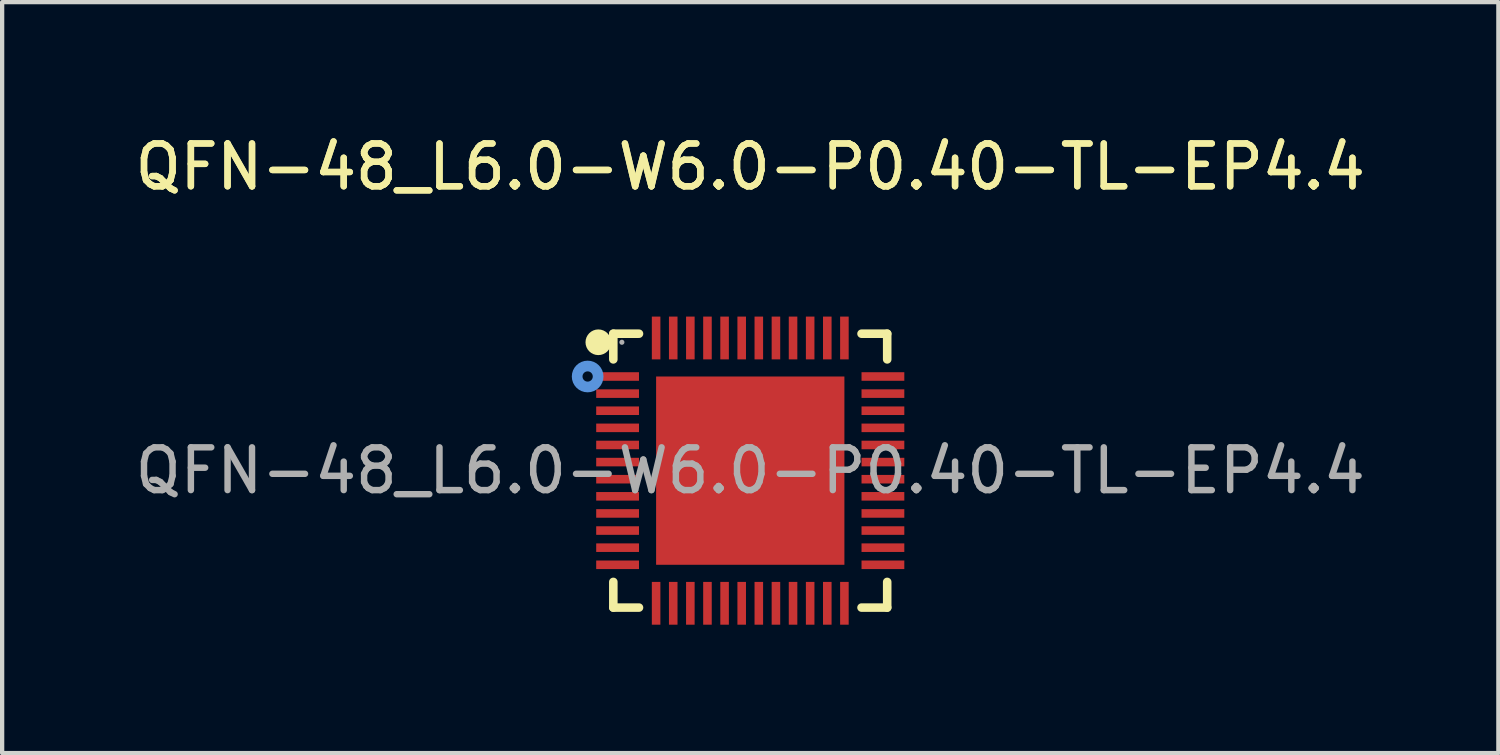
<source format=kicad_pcb>
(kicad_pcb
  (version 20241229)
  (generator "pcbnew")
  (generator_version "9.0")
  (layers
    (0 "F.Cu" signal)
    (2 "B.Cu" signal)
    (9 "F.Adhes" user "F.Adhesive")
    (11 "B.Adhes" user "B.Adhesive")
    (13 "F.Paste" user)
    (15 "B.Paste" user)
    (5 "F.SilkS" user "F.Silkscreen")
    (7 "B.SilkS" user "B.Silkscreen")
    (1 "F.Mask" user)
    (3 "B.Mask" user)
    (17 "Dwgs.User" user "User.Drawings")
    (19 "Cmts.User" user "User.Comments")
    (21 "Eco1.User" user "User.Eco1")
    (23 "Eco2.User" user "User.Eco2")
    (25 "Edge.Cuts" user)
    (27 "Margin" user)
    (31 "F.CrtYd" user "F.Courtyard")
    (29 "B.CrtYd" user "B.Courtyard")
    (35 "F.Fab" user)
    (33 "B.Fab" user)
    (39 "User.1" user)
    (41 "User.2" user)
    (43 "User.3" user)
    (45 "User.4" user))
  (footprint "QFN-48_L6.0-W6.0-P0.40-TL-EP4.4"
    (layer "F.Cu")
    (at 14.482 7.948)
    (property "Reference" "QFN-48_L6.0-W6.0-P0.40-TL-EP4.4" (at 0 -7.1 0) (layer "F.SilkS") (effects (font (size 1 1) (thickness 0.15))))
    (attr smd)
    (fp_line (start -3.2 -3.2) (end -2.6 -3.2) (stroke (width 0.2) (type solid)) (layer "F.SilkS"))
    (fp_line (start -3.2 -2.6) (end -3.2 -3.2) (stroke (width 0.2) (type solid)) (layer "F.SilkS"))
    (fp_line (start -3.2 3.2) (end -3.2 2.6) (stroke (width 0.2) (type solid)) (layer "F.SilkS"))
    (fp_line (start -2.6 3.2) (end -3.2 3.2) (stroke (width 0.2) (type solid)) (layer "F.SilkS"))
    (fp_line (start 2.6 -3.2) (end 3.2 -3.2) (stroke (width 0.2) (type solid)) (layer "F.SilkS"))
    (fp_line (start 2.6 3.2) (end 3.2 3.2) (stroke (width 0.2) (type solid)) (layer "F.SilkS"))
    (fp_line (start 3.2 -3.2) (end 3.2 -2.6) (stroke (width 0.2) (type solid)) (layer "F.SilkS"))
    (fp_line (start 3.2 3.2) (end 3.2 2.6) (stroke (width 0.2) (type solid)) (layer "F.SilkS"))
    (fp_arc (start -3.55 -3) (mid -3.55 -3) (end -3.55 -3) (stroke (width 0.3) (type solid)) (layer "F.SilkS"))
    (fp_circle (center -3.8 -2.2) (end -3.68 -2.2) (stroke (width 0.25) (type solid)) (fill no) (layer "Cmts.User"))
    (fp_circle (center -3 -3) (end -2.97 -3) (stroke (width 0.06) (type solid)) (fill no) (layer "F.Fab"))
    (fp_text user "${REFERENCE}" (at 0 -7.1 0) (layer "F.SilkS") (effects (font (size 1 1) (thickness 0.15))))
    (fp_text user "${REFERENCE}" (at 0 0 0) (layer "F.Fab") (effects (font (size 1 1) (thickness 0.15))))
    (pad "1" smd rect (at -3.1 -2.2) (size 1 0.2) (layers "F.Cu" "F.Mask" "F.Paste"))
    (pad "2" smd rect (at -3.1 -1.8) (size 1 0.2) (layers "F.Cu" "F.Mask" "F.Paste"))
    (pad "3" smd rect (at -3.1 -1.4) (size 1 0.2) (layers "F.Cu" "F.Mask" "F.Paste"))
    (pad "4" smd rect (at -3.1 -1) (size 1 0.2) (layers "F.Cu" "F.Mask" "F.Paste"))
    (pad "5" smd rect (at -3.1 -0.6) (size 1 0.2) (layers "F.Cu" "F.Mask" "F.Paste"))
    (pad "6" smd rect (at -3.1 -0.2) (size 1 0.2) (layers "F.Cu" "F.Mask" "F.Paste"))
    (pad "7" smd rect (at -3.1 0.2) (size 1 0.2) (layers "F.Cu" "F.Mask" "F.Paste"))
    (pad "8" smd rect (at -3.1 0.6) (size 1 0.2) (layers "F.Cu" "F.Mask" "F.Paste"))
    (pad "9" smd rect (at -3.1 1) (size 1 0.2) (layers "F.Cu" "F.Mask" "F.Paste"))
    (pad "10" smd rect (at -3.1 1.4) (size 1 0.2) (layers "F.Cu" "F.Mask" "F.Paste"))
    (pad "11" smd rect (at -3.1 1.8) (size 1 0.2) (layers "F.Cu" "F.Mask" "F.Paste"))
    (pad "12" smd rect (at -3.1 2.2) (size 1 0.2) (layers "F.Cu" "F.Mask" "F.Paste"))
    (pad "13" smd rect (at -2.2 3.1) (size 0.2 1) (layers "F.Cu" "F.Mask" "F.Paste"))
    (pad "14" smd rect (at -1.8 3.1) (size 0.2 1) (layers "F.Cu" "F.Mask" "F.Paste"))
    (pad "15" smd rect (at -1.4 3.1) (size 0.2 1) (layers "F.Cu" "F.Mask" "F.Paste"))
    (pad "16" smd rect (at -1 3.1) (size 0.2 1) (layers "F.Cu" "F.Mask" "F.Paste"))
    (pad "17" smd rect (at -0.6 3.1) (size 0.2 1) (layers "F.Cu" "F.Mask" "F.Paste"))
    (pad "18" smd rect (at -0.2 3.1) (size 0.2 1) (layers "F.Cu" "F.Mask" "F.Paste"))
    (pad "19" smd rect (at 0.2 3.1) (size 0.2 1) (layers "F.Cu" "F.Mask" "F.Paste"))
    (pad "20" smd rect (at 0.6 3.1) (size 0.2 1) (layers "F.Cu" "F.Mask" "F.Paste"))
    (pad "21" smd rect (at 1 3.1) (size 0.2 1) (layers "F.Cu" "F.Mask" "F.Paste"))
    (pad "22" smd rect (at 1.4 3.1) (size 0.2 1) (layers "F.Cu" "F.Mask" "F.Paste"))
    (pad "23" smd rect (at 1.8 3.1) (size 0.2 1) (layers "F.Cu" "F.Mask" "F.Paste"))
    (pad "24" smd rect (at 2.2 3.1) (size 0.2 1) (layers "F.Cu" "F.Mask" "F.Paste"))
    (pad "25" smd rect (at 3.1 2.2) (size 1 0.2) (layers "F.Cu" "F.Mask" "F.Paste"))
    (pad "26" smd rect (at 3.1 1.8) (size 1 0.2) (layers "F.Cu" "F.Mask" "F.Paste"))
    (pad "27" smd rect (at 3.1 1.4) (size 1 0.2) (layers "F.Cu" "F.Mask" "F.Paste"))
    (pad "28" smd rect (at 3.1 1) (size 1 0.2) (layers "F.Cu" "F.Mask" "F.Paste"))
    (pad "29" smd rect (at 3.1 0.6) (size 1 0.2) (layers "F.Cu" "F.Mask" "F.Paste"))
    (pad "30" smd rect (at 3.1 0.2) (size 1 0.2) (layers "F.Cu" "F.Mask" "F.Paste"))
    (pad "31" smd rect (at 3.1 -0.2) (size 1 0.2) (layers "F.Cu" "F.Mask" "F.Paste"))
    (pad "32" smd rect (at 3.1 -0.6) (size 1 0.2) (layers "F.Cu" "F.Mask" "F.Paste"))
    (pad "33" smd rect (at 3.1 -1) (size 1 0.2) (layers "F.Cu" "F.Mask" "F.Paste"))
    (pad "34" smd rect (at 3.1 -1.4) (size 1 0.2) (layers "F.Cu" "F.Mask" "F.Paste"))
    (pad "35" smd rect (at 3.1 -1.8) (size 1 0.2) (layers "F.Cu" "F.Mask" "F.Paste"))
    (pad "36" smd rect (at 3.1 -2.2) (size 1 0.2) (layers "F.Cu" "F.Mask" "F.Paste"))
    (pad "37" smd rect (at 2.2 -3.1) (size 0.2 1) (layers "F.Cu" "F.Mask" "F.Paste"))
    (pad "38" smd rect (at 1.8 -3.1) (size 0.2 1) (layers "F.Cu" "F.Mask" "F.Paste"))
    (pad "39" smd rect (at 1.4 -3.1) (size 0.2 1) (layers "F.Cu" "F.Mask" "F.Paste"))
    (pad "40" smd rect (at 1 -3.1) (size 0.2 1) (layers "F.Cu" "F.Mask" "F.Paste"))
    (pad "41" smd rect (at 0.6 -3.1) (size 0.2 1) (layers "F.Cu" "F.Mask" "F.Paste"))
    (pad "42" smd rect (at 0.2 -3.1) (size 0.2 1) (layers "F.Cu" "F.Mask" "F.Paste"))
    (pad "43" smd rect (at -0.2 -3.1) (size 0.2 1) (layers "F.Cu" "F.Mask" "F.Paste"))
    (pad "44" smd rect (at -0.6 -3.1) (size 0.2 1) (layers "F.Cu" "F.Mask" "F.Paste"))
    (pad "45" smd rect (at -1 -3.1) (size 0.2 1) (layers "F.Cu" "F.Mask" "F.Paste"))
    (pad "46" smd rect (at -1.4 -3.1) (size 0.2 1) (layers "F.Cu" "F.Mask" "F.Paste"))
    (pad "47" smd rect (at -1.8 -3.1) (size 0.2 1) (layers "F.Cu" "F.Mask" "F.Paste"))
    (pad "48" smd rect (at -2.2 -3.1) (size 0.2 1) (layers "F.Cu" "F.Mask" "F.Paste"))
    (pad "49" smd rect (at 0 0) (size 4.4 4.4) (layers "F.Cu" "F.Mask" "F.Paste")))
  (gr_rect
    (start -3 -3)
    (end 31.964 14.548)
    (stroke (width 0.1) (type default))
    (fill no)
    (layer "Edge.Cuts")))
</source>
